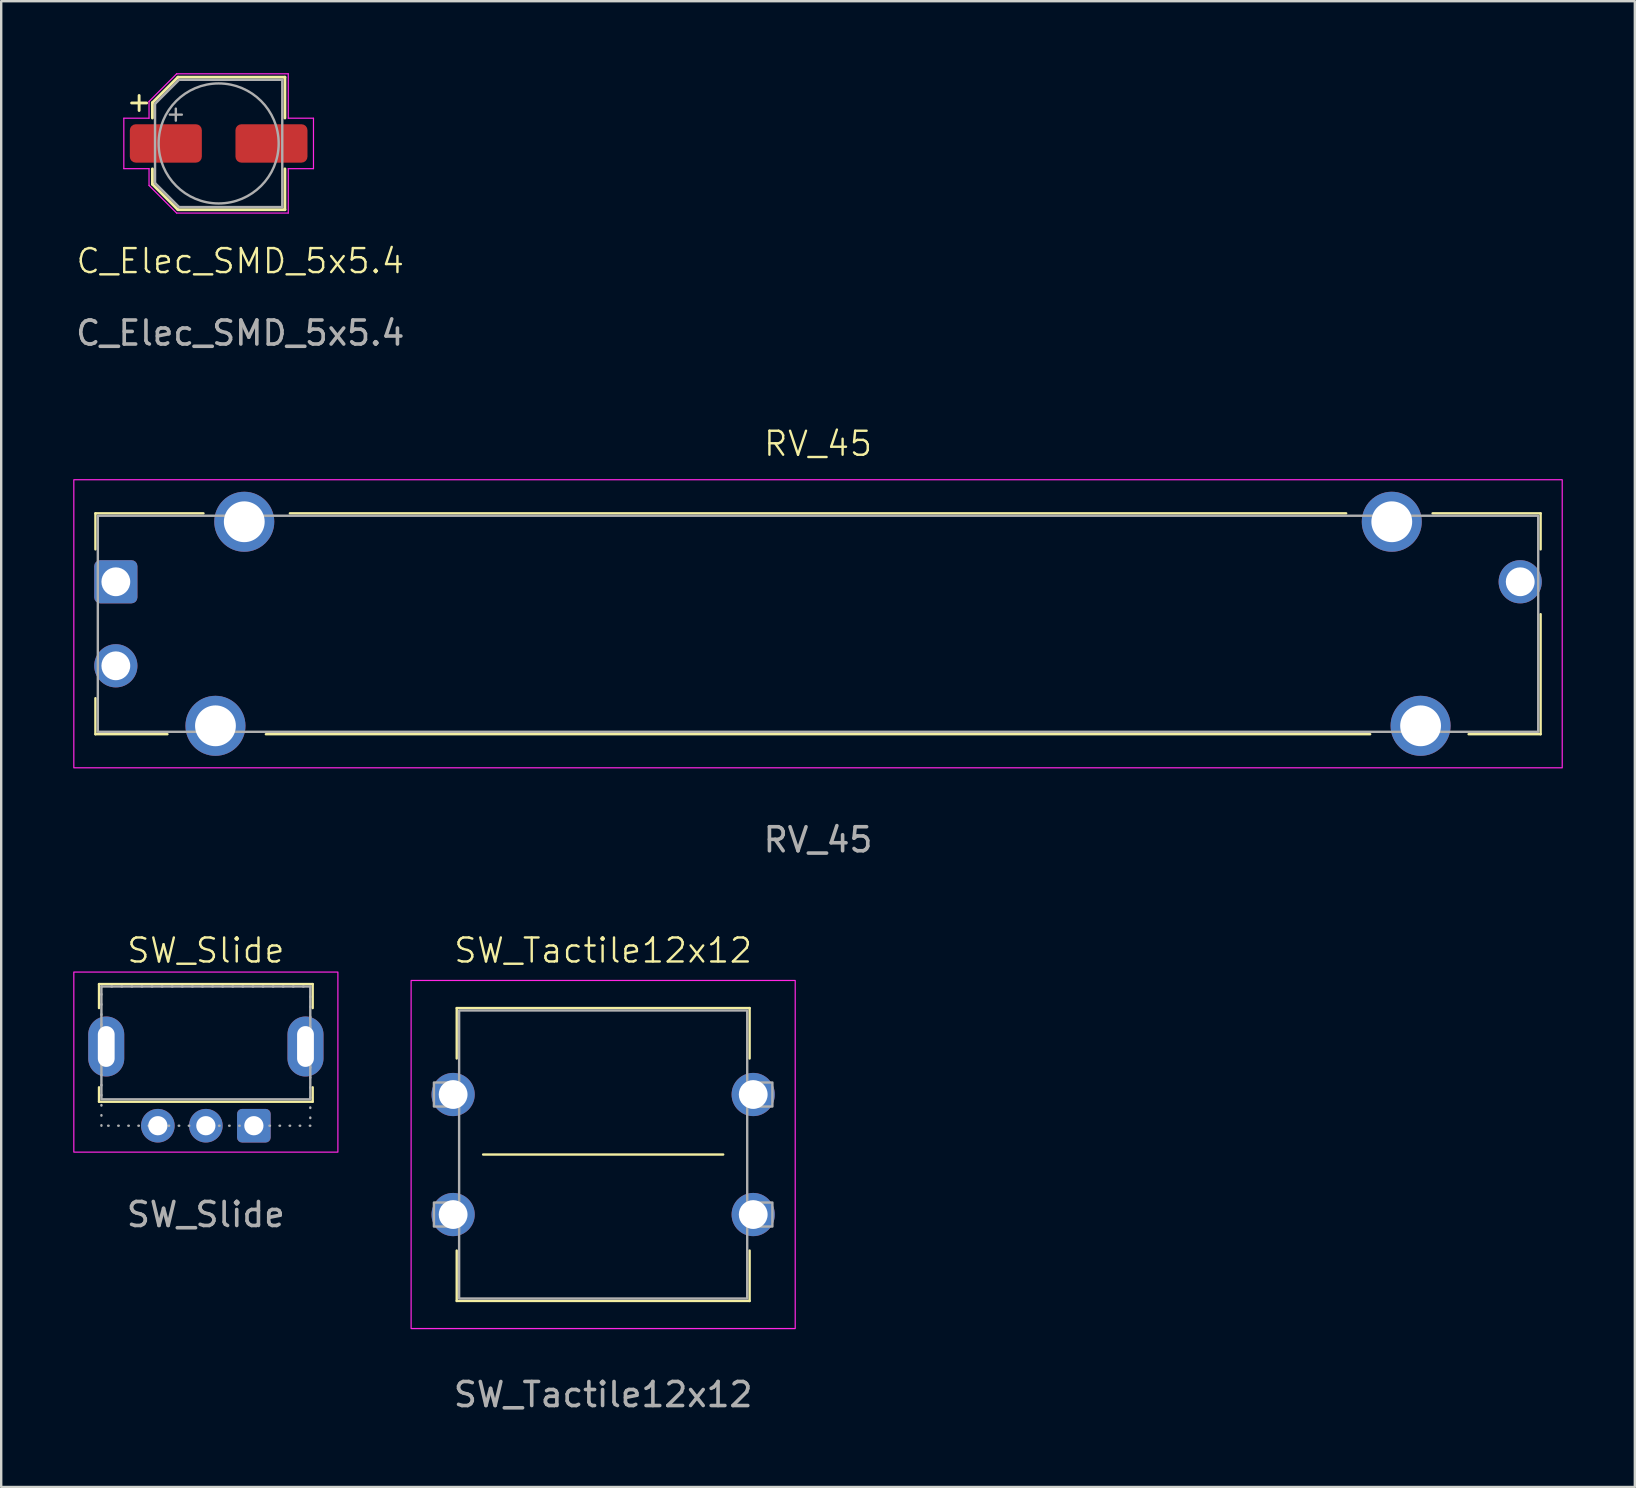
<source format=kicad_pcb>
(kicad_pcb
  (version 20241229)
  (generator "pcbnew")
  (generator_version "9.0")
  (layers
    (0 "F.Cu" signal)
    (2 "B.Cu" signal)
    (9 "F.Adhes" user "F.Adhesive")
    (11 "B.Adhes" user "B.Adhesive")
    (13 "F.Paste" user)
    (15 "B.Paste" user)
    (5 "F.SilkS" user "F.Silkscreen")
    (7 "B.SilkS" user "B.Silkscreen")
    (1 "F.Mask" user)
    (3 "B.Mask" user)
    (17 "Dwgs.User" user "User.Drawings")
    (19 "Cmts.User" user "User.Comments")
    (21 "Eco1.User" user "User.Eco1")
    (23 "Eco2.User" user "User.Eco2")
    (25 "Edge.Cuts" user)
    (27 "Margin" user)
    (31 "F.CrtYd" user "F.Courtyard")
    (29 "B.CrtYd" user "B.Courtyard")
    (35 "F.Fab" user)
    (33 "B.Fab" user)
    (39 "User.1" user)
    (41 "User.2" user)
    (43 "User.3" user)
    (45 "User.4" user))
  (footprint "RV_45"
    (layer "F.Cu")
    (at 31.025 22.934)
    (property "Reference" "RV_45" (at 0 -7.5 0) (unlocked yes) (layer "F.SilkS") (effects (font (size 1 1) (thickness 0.1))))
    (attr through_hole)
    (fp_line (start -30.1 -4.6) (end -30.1 -3.1) (stroke (width 0.1) (type solid)) (layer "F.SilkS"))
    (fp_line (start -30.1 -4.6) (end -25.6 -4.6) (stroke (width 0.1) (type solid)) (layer "F.SilkS"))
    (fp_line (start -30.1 4.6) (end -30.1 3.1) (stroke (width 0.1) (type solid)) (layer "F.SilkS"))
    (fp_line (start -30.1 4.6) (end -27.1 4.6) (stroke (width 0.1) (type solid)) (layer "F.SilkS"))
    (fp_line (start -23 4.6) (end 23 4.6) (stroke (width 0.1) (type solid)) (layer "F.SilkS"))
    (fp_line (start -22 -4.6) (end 22 -4.6) (stroke (width 0.1) (type solid)) (layer "F.SilkS"))
    (fp_line (start 30.1 -4.6) (end 25.6 -4.6) (stroke (width 0.1) (type solid)) (layer "F.SilkS"))
    (fp_line (start 30.1 -4.6) (end 30.1 -3.1) (stroke (width 0.1) (type solid)) (layer "F.SilkS"))
    (fp_line (start 30.1 4.6) (end 27.1 4.6) (stroke (width 0.1) (type solid)) (layer "F.SilkS"))
    (fp_line (start 30.1 4.6) (end 30.1 -0.4) (stroke (width 0.1) (type solid)) (layer "F.SilkS"))
    (fp_rect (start -31 -6) (end 31 6) (stroke (width 0.05) (type solid)) (fill no) (layer "F.CrtYd"))
    (fp_rect (start -30 -4.5) (end 30 4.5) (stroke (width 0.1) (type solid)) (fill no) (layer "F.Fab"))
    (fp_text user "${REFERENCE}" (at 0 9 0) (unlocked yes) (layer "F.Fab") (effects (font (size 1 1) (thickness 0.15))))
    (pad "1" thru_hole roundrect (at -29.25 -1.75) (size 1.8 1.8) (drill 1.2) (layers "*.Cu" "*.Mask") (roundrect_rratio 0.139))
    (pad "2" thru_hole circle (at -29.25 1.75) (size 1.8 1.8) (drill 1.2) (layers "*.Cu" "*.Mask"))
    (pad "3" thru_hole circle (at 29.25 -1.75) (size 1.8 1.8) (drill 1.2) (layers "*.Cu" "*.Mask"))
    (pad "4" thru_hole circle (at -23.9 -4.25) (size 2.5 2.5) (drill 1.7) (layers "*.Cu" "*.Mask"))
    (pad "5" thru_hole circle (at 23.9 -4.25) (size 2.5 2.5) (drill 1.7) (layers "*.Cu" "*.Mask"))
    (pad "6" thru_hole circle (at -25.1 4.25) (size 2.5 2.5) (drill 1.7) (layers "*.Cu" "*.Mask"))
    (pad "7" thru_hole circle (at 25.1 4.25) (size 2.5 2.5) (drill 1.7) (layers "*.Cu" "*.Mask")))
  (footprint "SW_Slide"
    (layer "F.Cu")
    (at 5.525 40.542)
    (property "Reference" "SW_Slide" (at 0 -4 0) (unlocked yes) (layer "F.SilkS") (effects (font (size 1 1) (thickness 0.1))))
    (attr through_hole)
    (fp_line (start -4.45 -2.6) (end -4.45 -1.6) (stroke (width 0.1) (type solid)) (layer "F.SilkS"))
    (fp_line (start -4.45 -2.6) (end 4.45 -2.6) (stroke (width 0.1) (type solid)) (layer "F.SilkS"))
    (fp_line (start -4.45 2.3) (end -4.45 1.7) (stroke (width 0.1) (type solid)) (layer "F.SilkS"))
    (fp_line (start 4.45 -2.6) (end 4.45 -1.6) (stroke (width 0.1) (type solid)) (layer "F.SilkS"))
    (fp_line (start 4.45 2.3) (end -4.45 2.3) (stroke (width 0.1) (type solid)) (layer "F.SilkS"))
    (fp_line (start 4.45 2.3) (end 4.45 1.7) (stroke (width 0.1) (type solid)) (layer "F.SilkS"))
    (fp_rect (start -5.5 -3.1) (end 5.5 4.4) (stroke (width 0.05) (type solid)) (fill no) (layer "F.CrtYd"))
    (fp_rect (start -4.35 -2.5) (end 4.35 2.2) (stroke (width 0.1) (type solid)) (fill no) (layer "F.Fab"))
    (fp_rect (start -4.35 -2.5) (end 4.35 3.3) (stroke (width 0.1) (type dot)) (fill no) (layer "F.Fab"))
    (fp_text user "${REFERENCE}" (at 0 7 0) (unlocked yes) (layer "F.Fab") (effects (font (size 1 1) (thickness 0.15))))
    (pad "1" thru_hole roundrect (at 2 3.3) (size 1.4 1.4) (drill 0.8) (layers "*.Cu" "*.Mask") (roundrect_rratio 0.15))
    (pad "2" thru_hole circle (at 0 3.3) (size 1.4 1.4) (drill 0.8) (layers "*.Cu" "*.Mask"))
    (pad "3" thru_hole circle (at -2 3.3) (size 1.4 1.4) (drill 0.8) (layers "*.Cu" "*.Mask"))
    (pad "4" thru_hole oval (at -4.15 0) (size 1.5 2.5) (drill oval 0.7 1.7) (layers "*.Cu" "*.Mask"))
    (pad "5" thru_hole oval (at 4.15 0) (size 1.5 2.5) (drill oval 0.7 1.7) (layers "*.Cu" "*.Mask")))
  (footprint "C_Elec_SMD_5x5.4"
    (layer "F.Cu")
    (at 6.958 8.325)
    (property "Reference" "C_Elec_SMD_5x5.4" (at 0 -0.5 0) (unlocked yes) (layer "F.SilkS") (effects (font (size 1 1) (thickness 0.1))))
    (attr through_hole)
    (fp_line (start -4.525 -7.085) (end -3.9 -7.085) (stroke (width 0.12) (type solid)) (layer "F.SilkS"))
    (fp_line (start -4.213 -7.397) (end -4.213 -6.772) (stroke (width 0.12) (type solid)) (layer "F.SilkS"))
    (fp_line (start -3.66 -7.096) (end -3.66 -6.46) (stroke (width 0.12) (type solid)) (layer "F.SilkS"))
    (fp_line (start -3.66 -7.096) (end -2.596 -8.16) (stroke (width 0.12) (type solid)) (layer "F.SilkS"))
    (fp_line (start -3.66 -3.704) (end -3.66 -4.34) (stroke (width 0.12) (type solid)) (layer "F.SilkS"))
    (fp_line (start -3.66 -3.704) (end -2.596 -2.64) (stroke (width 0.12) (type solid)) (layer "F.SilkS"))
    (fp_line (start -2.596 -8.16) (end 1.86 -8.16) (stroke (width 0.12) (type solid)) (layer "F.SilkS"))
    (fp_line (start -2.596 -2.64) (end 1.86 -2.64) (stroke (width 0.12) (type solid)) (layer "F.SilkS"))
    (fp_line (start 1.86 -8.16) (end 1.86 -6.46) (stroke (width 0.12) (type solid)) (layer "F.SilkS"))
    (fp_line (start 1.86 -2.64) (end 1.86 -4.34) (stroke (width 0.12) (type solid)) (layer "F.SilkS"))
    (fp_line (start -4.85 -6.45) (end -4.85 -4.35) (stroke (width 0.05) (type solid)) (layer "F.CrtYd"))
    (fp_line (start -4.85 -4.35) (end -3.8 -4.35) (stroke (width 0.05) (type solid)) (layer "F.CrtYd"))
    (fp_line (start -3.8 -7.15) (end -3.8 -6.45) (stroke (width 0.05) (type solid)) (layer "F.CrtYd"))
    (fp_line (start -3.8 -7.15) (end -2.65 -8.3) (stroke (width 0.05) (type solid)) (layer "F.CrtYd"))
    (fp_line (start -3.8 -6.45) (end -4.85 -6.45) (stroke (width 0.05) (type solid)) (layer "F.CrtYd"))
    (fp_line (start -3.8 -4.35) (end -3.8 -3.65) (stroke (width 0.05) (type solid)) (layer "F.CrtYd"))
    (fp_line (start -3.8 -3.65) (end -2.65 -2.5) (stroke (width 0.05) (type solid)) (layer "F.CrtYd"))
    (fp_line (start -2.65 -8.3) (end 2 -8.3) (stroke (width 0.05) (type solid)) (layer "F.CrtYd"))
    (fp_line (start -2.65 -2.5) (end 2 -2.5) (stroke (width 0.05) (type solid)) (layer "F.CrtYd"))
    (fp_line (start 2 -8.3) (end 2 -6.45) (stroke (width 0.05) (type solid)) (layer "F.CrtYd"))
    (fp_line (start 2 -6.45) (end 3.05 -6.45) (stroke (width 0.05) (type solid)) (layer "F.CrtYd"))
    (fp_line (start 2 -4.35) (end 2 -2.5) (stroke (width 0.05) (type solid)) (layer "F.CrtYd"))
    (fp_line (start 3.05 -6.45) (end 3.05 -4.35) (stroke (width 0.05) (type solid)) (layer "F.CrtYd"))
    (fp_line (start 3.05 -4.35) (end 2 -4.35) (stroke (width 0.05) (type solid)) (layer "F.CrtYd"))
    (fp_line (start -3.55 -7.05) (end -3.55 -3.75) (stroke (width 0.1) (type solid)) (layer "F.Fab"))
    (fp_line (start -3.55 -7.05) (end -2.55 -8.05) (stroke (width 0.1) (type solid)) (layer "F.Fab"))
    (fp_line (start -3.55 -3.75) (end -2.55 -2.75) (stroke (width 0.1) (type solid)) (layer "F.Fab"))
    (fp_line (start -2.934 -6.6) (end -2.434 -6.6) (stroke (width 0.1) (type solid)) (layer "F.Fab"))
    (fp_line (start -2.684 -6.85) (end -2.684 -6.35) (stroke (width 0.1) (type solid)) (layer "F.Fab"))
    (fp_line (start -2.55 -8.05) (end 1.75 -8.05) (stroke (width 0.1) (type solid)) (layer "F.Fab"))
    (fp_line (start -2.55 -2.75) (end 1.75 -2.75) (stroke (width 0.1) (type solid)) (layer "F.Fab"))
    (fp_line (start 1.75 -8.05) (end 1.75 -2.75) (stroke (width 0.1) (type solid)) (layer "F.Fab"))
    (fp_circle (center -0.9 -5.4) (end 1.6 -5.4) (stroke (width 0.1) (type solid)) (fill no) (layer "F.Fab"))
    (fp_text user "${REFERENCE}" (at 0 2.5 0) (unlocked yes) (layer "F.Fab") (effects (font (size 1 1) (thickness 0.15))))
    (pad "1" smd roundrect (at -3.1 -5.4) (size 3 1.6) (layers "F.Cu" "F.Mask" "F.Paste") (roundrect_rratio 0.156))
    (pad "2" smd roundrect (at 1.3 -5.4) (size 3 1.6) (layers "F.Cu" "F.Mask" "F.Paste") (roundrect_rratio 0.156)))
  (footprint "SW_Tactile12x12"
    (layer "F.Cu")
    (at 22.075 45.042)
    (property "Reference" "SW_Tactile12x12" (at 0 -8.5 0) (unlocked yes) (layer "F.SilkS") (effects (font (size 1 1) (thickness 0.1))))
    (attr through_hole)
    (fp_line (start -6.1 -6.1) (end -6.1 -4) (stroke (width 0.1) (type solid)) (layer "F.SilkS"))
    (fp_line (start -6.1 -6.1) (end 6.1 -6.1) (stroke (width 0.1) (type solid)) (layer "F.SilkS"))
    (fp_line (start -6.1 6.1) (end -6.1 4) (stroke (width 0.1) (type solid)) (layer "F.SilkS"))
    (fp_line (start -5 0) (end 5 0) (stroke (width 0.1) (type solid)) (layer "F.SilkS"))
    (fp_line (start 6.1 -6.1) (end 6.1 -4) (stroke (width 0.1) (type solid)) (layer "F.SilkS"))
    (fp_line (start 6.1 6.1) (end -6.1 6.1) (stroke (width 0.1) (type solid)) (layer "F.SilkS"))
    (fp_line (start 6.1 6.1) (end 6.1 4) (stroke (width 0.1) (type solid)) (layer "F.SilkS"))
    (fp_rect (start -8 -7.25) (end 8 7.25) (stroke (width 0.05) (type solid)) (fill no) (layer "F.CrtYd"))
    (fp_rect (start -7.05 -3) (end -6 -2) (stroke (width 0.1) (type solid)) (fill no) (layer "F.Fab"))
    (fp_rect (start -7.05 2) (end -6 3) (stroke (width 0.1) (type solid)) (fill no) (layer "F.Fab"))
    (fp_rect (start -6 -6) (end 6 6) (stroke (width 0.1) (type solid)) (fill no) (layer "F.Fab"))
    (fp_rect (start 6 -3) (end 7.05 -2) (stroke (width 0.1) (type solid)) (fill no) (layer "F.Fab"))
    (fp_rect (start 6 2) (end 7.05 3) (stroke (width 0.1) (type solid)) (fill no) (layer "F.Fab"))
    (fp_text user "${REFERENCE}" (at 0 10 0) (unlocked yes) (layer "F.Fab") (effects (font (size 1 1) (thickness 0.15))))
    (pad "1" thru_hole circle (at -6.25 -2.5) (size 1.8 1.8) (drill 1.2) (layers "*.Cu" "*.Mask"))
    (pad "2" thru_hole circle (at 6.25 -2.5) (size 1.8 1.8) (drill 1.2) (layers "*.Cu" "*.Mask"))
    (pad "3" thru_hole circle (at -6.25 2.5) (size 1.8 1.8) (drill 1.2) (layers "*.Cu" "*.Mask"))
    (pad "4" thru_hole circle (at 6.25 2.5) (size 1.8 1.8) (drill 1.2) (layers "*.Cu" "*.Mask")))
  (gr_rect
    (start -3 -3)
    (end 65.05 58.891)
    (stroke (width 0.1) (type default))
    (fill no)
    (layer "Edge.Cuts")))
</source>
